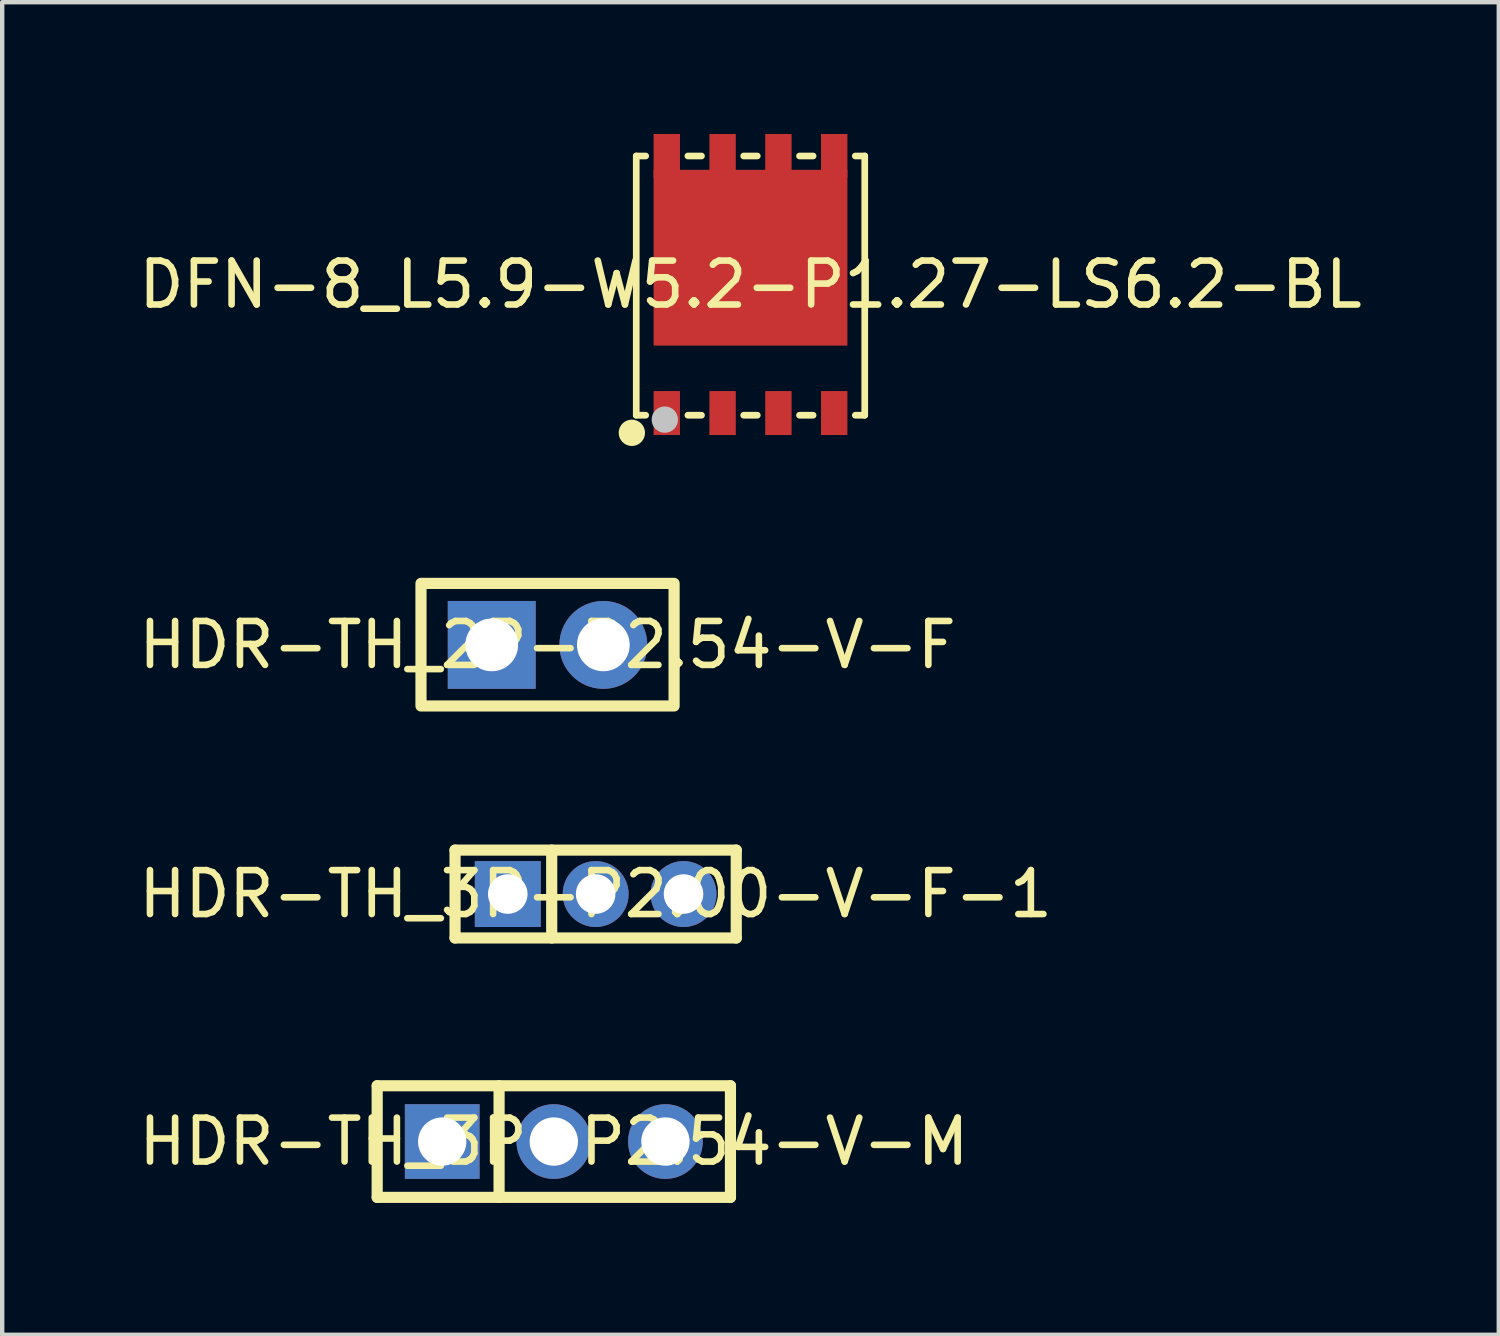
<source format=kicad_pcb>
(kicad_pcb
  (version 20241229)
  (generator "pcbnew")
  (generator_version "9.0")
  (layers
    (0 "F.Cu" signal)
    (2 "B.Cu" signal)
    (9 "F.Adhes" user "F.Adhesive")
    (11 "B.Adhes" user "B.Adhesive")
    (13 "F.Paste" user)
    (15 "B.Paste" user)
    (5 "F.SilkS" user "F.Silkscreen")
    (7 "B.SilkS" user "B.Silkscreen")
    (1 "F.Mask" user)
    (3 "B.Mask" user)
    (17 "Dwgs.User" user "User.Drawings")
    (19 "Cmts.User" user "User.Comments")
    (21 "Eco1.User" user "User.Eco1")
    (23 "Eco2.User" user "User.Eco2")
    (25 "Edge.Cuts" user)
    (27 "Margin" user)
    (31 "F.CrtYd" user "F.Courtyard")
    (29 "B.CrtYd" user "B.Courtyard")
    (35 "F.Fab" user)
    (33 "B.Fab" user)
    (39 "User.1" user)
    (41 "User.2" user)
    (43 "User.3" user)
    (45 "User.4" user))
  (footprint "HDR-TH_3P-P2.00-V-F-1"
    (layer "F.Cu")
    (at 10.506 17.297)
    (property "Reference" "HDR-TH_3P-P2.00-V-F-1" (at 0 0 0) (unlocked yes) (layer "F.SilkS") (effects (font (size 1 1) (thickness 0.15))))
    (fp_line (start -3.2 -1) (end -3.2 1) (stroke (width 0.254) (type default)) (layer "F.SilkS"))
    (fp_line (start -3.2 -1) (end 3.2 -1) (stroke (width 0.254) (type default)) (layer "F.SilkS"))
    (fp_line (start -3.2 1) (end 3.2 1) (stroke (width 0.254) (type default)) (layer "F.SilkS"))
    (fp_line (start -1 -1) (end -1 1) (stroke (width 0.254) (type default)) (layer "F.SilkS"))
    (fp_line (start 3.2 -1) (end 3.2 1) (stroke (width 0.254) (type default)) (layer "F.SilkS"))
    (fp_poly (pts (xy -1.65 0) (xy -1.667 -0.108) (xy -1.717 -0.206) (xy -1.794 -0.283) (xy -1.892 -0.333) (xy -2 -0.35) (xy -2.108 -0.333) (xy -2.206 -0.283) (xy -2.283 -0.206) (xy -2.333 -0.108) (xy -2.35 0) (xy -2.333 0.108) (xy -2.283 0.206) (xy -2.206 0.283) (xy -2.108 0.333) (xy -2 0.35) (xy -1.892 0.333) (xy -1.794 0.283) (xy -1.717 0.206) (xy -1.667 0.108)) (stroke (width 0.1) (type default)) (fill no) (layer "User.1"))
    (fp_poly (pts (xy 0.35 0) (xy 0.333 -0.108) (xy 0.283 -0.206) (xy 0.206 -0.283) (xy 0.108 -0.333) (xy 0 -0.35) (xy -0.108 -0.333) (xy -0.206 -0.283) (xy -0.283 -0.206) (xy -0.333 -0.108) (xy -0.35 0) (xy -0.333 0.108) (xy -0.283 0.206) (xy -0.206 0.283) (xy -0.108 0.333) (xy 0 0.35) (xy 0.108 0.333) (xy 0.206 0.283) (xy 0.283 0.206) (xy 0.333 0.108)) (stroke (width 0.1) (type default)) (fill no) (layer "User.1"))
    (fp_poly (pts (xy 2.35 0) (xy 2.333 -0.108) (xy 2.283 -0.206) (xy 2.206 -0.283) (xy 2.108 -0.333) (xy 2 -0.35) (xy 1.892 -0.333) (xy 1.794 -0.283) (xy 1.717 -0.206) (xy 1.667 -0.108) (xy 1.65 0) (xy 1.667 0.108) (xy 1.717 0.206) (xy 1.794 0.283) (xy 1.892 0.333) (xy 2 0.35) (xy 2.108 0.333) (xy 2.206 0.283) (xy 2.283 0.206) (xy 2.333 0.108)) (stroke (width 0.1) (type default)) (fill no) (layer "User.1"))
    (fp_line (start -3.327 -1.127) (end 3.327 -1.127) (stroke (width 0.051) (type default)) (layer "User.2"))
    (fp_line (start -3.327 1.127) (end -3.327 -1.127) (stroke (width 0.051) (type default)) (layer "User.2"))
    (fp_line (start 3.327 -1.127) (end 3.327 1.127) (stroke (width 0.051) (type default)) (layer "User.2"))
    (fp_line (start 3.327 1.127) (end -3.327 1.127) (stroke (width 0.051) (type default)) (layer "User.2"))
    (fp_poly (pts (xy -3.267 1.127) (xy -3.285 1.085) (xy -3.327 1.067) (xy -3.369 1.085) (xy -3.387 1.127) (xy -3.369 1.169) (xy -3.327 1.187) (xy -3.285 1.169)) (stroke (width 0.1) (type default)) (fill no) (layer "User.3"))
    (pad "1" thru_hole rect (at -2 0) (size 1.5 1.5) (drill 0.9) (layers "*.Cu" "*.Mask"))
    (pad "2" thru_hole circle (at 0 0) (size 1.5 1.5) (drill 0.9) (layers "*.Cu" "*.Mask"))
    (pad "3" thru_hole circle (at 2 0) (size 1.5 1.5) (drill 0.9) (layers "*.Cu" "*.Mask")))
  (footprint "DFN-8_L5.9-W5.2-P1.27-LS6.2-BL"
    (layer "F.Cu")
    (at 14.03 3.425)
    (property "Reference" "DFN-8_L5.9-W5.2-P1.27-LS6.2-BL" (at 0 0 0) (unlocked yes) (layer "F.SilkS") (effects (font (size 1 1) (thickness 0.15))))
    (fp_line (start -2.6 -2.925) (end -2.385 -2.925) (stroke (width 0.152) (type default)) (layer "F.SilkS"))
    (fp_line (start -2.6 2.975) (end -2.6 -2.925) (stroke (width 0.152) (type default)) (layer "F.SilkS"))
    (fp_line (start -2.385 2.975) (end -2.6 2.975) (stroke (width 0.152) (type default)) (layer "F.SilkS"))
    (fp_line (start -1.425 -2.925) (end -1.115 -2.925) (stroke (width 0.152) (type default)) (layer "F.SilkS"))
    (fp_line (start -1.115 2.975) (end -1.425 2.975) (stroke (width 0.152) (type default)) (layer "F.SilkS"))
    (fp_line (start -0.155 -2.925) (end 0.155 -2.925) (stroke (width 0.152) (type default)) (layer "F.SilkS"))
    (fp_line (start 0.155 2.975) (end -0.155 2.975) (stroke (width 0.152) (type default)) (layer "F.SilkS"))
    (fp_line (start 1.115 -2.925) (end 1.425 -2.925) (stroke (width 0.152) (type default)) (layer "F.SilkS"))
    (fp_line (start 1.425 2.975) (end 1.115 2.975) (stroke (width 0.152) (type default)) (layer "F.SilkS"))
    (fp_line (start 2.385 -2.925) (end 2.6 -2.925) (stroke (width 0.152) (type default)) (layer "F.SilkS"))
    (fp_line (start 2.6 -2.925) (end 2.6 2.975) (stroke (width 0.152) (type default)) (layer "F.SilkS"))
    (fp_line (start 2.6 2.975) (end 2.385 2.975) (stroke (width 0.152) (type default)) (layer "F.SilkS"))
    (fp_circle (center -2.7 3.375) (end -2.55 3.375) (stroke (width 0.3) (type default)) (fill no) (layer "F.SilkS"))
    (fp_poly (pts (xy -2.205 3.425) (xy -1.605 3.425) (xy -1.605 2.425) (xy -2.205 2.425)) (stroke (width 0) (type default)) (fill yes) (layer "F.Paste"))
    (fp_poly (pts (xy -0.935 3.425) (xy -0.335 3.425) (xy -0.335 2.425) (xy -0.935 2.425)) (stroke (width 0) (type default)) (fill yes) (layer "F.Paste"))
    (fp_poly (pts (xy 0.335 3.425) (xy 0.935 3.425) (xy 0.935 2.425) (xy 0.335 2.425)) (stroke (width 0) (type default)) (fill yes) (layer "F.Paste"))
    (fp_poly (pts (xy 1.605 3.425) (xy 2.205 3.425) (xy 2.205 2.425) (xy 1.605 2.425)) (stroke (width 0) (type default)) (fill yes) (layer "F.Paste"))
    (fp_poly (pts (xy 2.205 -3.425) (xy 1.605 -3.425) (xy 1.605 -2.61) (xy 0.935 -2.61) (xy 0.935 -3.425) (xy 0.335 -3.425) (xy 0.335 -2.61) (xy -0.335 -2.61) (xy -0.335 -3.425) (xy -0.935 -3.425) (xy -0.935 -2.61) (xy -1.605 -2.61) (xy -1.605 -3.425) (xy -2.205 -3.425) (xy -2.205 1.39) (xy 2.205 1.39)) (stroke (width 0) (type default)) (fill yes) (layer "F.Paste"))
    (fp_circle (center -1.95 3.075) (end -1.8 3.075) (stroke (width 0.3) (type default)) (fill no) (layer "Dwgs.User"))
    (fp_poly (pts (xy -2.125 1.27) (xy -2.125 -2.55) (xy 2.125 -2.55) (xy 2.125 1.27)) (stroke (width 0.1) (type default)) (fill no) (layer "User.1"))
    (fp_poly (pts (xy -2.105 -3.075) (xy -1.705 -3.075) (xy -1.705 -2.475) (xy -2.105 -2.475)) (stroke (width 0.1) (type default)) (fill no) (layer "User.1"))
    (fp_poly (pts (xy -2.105 2.475) (xy -1.705 2.475) (xy -1.705 3.075) (xy -2.105 3.075)) (stroke (width 0.1) (type default)) (fill no) (layer "User.1"))
    (fp_poly (pts (xy -0.835 -3.075) (xy -0.435 -3.075) (xy -0.435 -2.475) (xy -0.835 -2.475)) (stroke (width 0.1) (type default)) (fill no) (layer "User.1"))
    (fp_poly (pts (xy -0.835 2.475) (xy -0.435 2.475) (xy -0.435 3.075) (xy -0.835 3.075)) (stroke (width 0.1) (type default)) (fill no) (layer "User.1"))
    (fp_poly (pts (xy 0.435 -3.075) (xy 0.835 -3.075) (xy 0.835 -2.475) (xy 0.435 -2.475)) (stroke (width 0.1) (type default)) (fill no) (layer "User.1"))
    (fp_poly (pts (xy 0.435 2.475) (xy 0.835 2.475) (xy 0.835 3.075) (xy 0.435 3.075)) (stroke (width 0.1) (type default)) (fill no) (layer "User.1"))
    (fp_poly (pts (xy 1.705 -3.075) (xy 2.105 -3.075) (xy 2.105 -2.475) (xy 1.705 -2.475)) (stroke (width 0.1) (type default)) (fill no) (layer "User.1"))
    (fp_poly (pts (xy 1.705 2.475) (xy 2.105 2.475) (xy 2.105 3.075) (xy 1.705 3.075)) (stroke (width 0.1) (type default)) (fill no) (layer "User.1"))
    (fp_line (start -2.6 -2.905) (end 2.6 -2.905) (stroke (width 0.051) (type default)) (layer "User.2"))
    (fp_line (start -2.6 2.955) (end -2.6 -2.905) (stroke (width 0.051) (type default)) (layer "User.2"))
    (fp_line (start 2.6 -2.905) (end 2.6 2.955) (stroke (width 0.051) (type default)) (layer "User.2"))
    (fp_line (start 2.6 2.955) (end -2.6 2.955) (stroke (width 0.051) (type default)) (layer "User.2"))
    (fp_poly (pts (xy -2.54 3.075) (xy -2.558 3.033) (xy -2.6 3.015) (xy -2.642 3.033) (xy -2.66 3.075) (xy -2.642 3.117) (xy -2.6 3.135) (xy -2.558 3.117)) (stroke (width 0.1) (type default)) (fill no) (layer "User.3"))
    (pad "1" smd rect (at -1.905 2.925) (size 0.6 1) (layers "F.Cu" "F.Mask" "F.Paste"))
    (pad "2" smd rect (at -0.635 2.925) (size 0.6 1) (layers "F.Cu" "F.Mask" "F.Paste"))
    (pad "3" smd rect (at 0.635 2.925) (size 0.6 1) (layers "F.Cu" "F.Mask" "F.Paste"))
    (pad "4" smd rect (at 1.905 2.925) (size 0.6 1) (layers "F.Cu" "F.Mask" "F.Paste"))
    (pad "5" smd rect (at 1.905 -2.925) (size 0.6 1) (layers "F.Cu" "F.Mask" "F.Paste"))
    (pad "6" smd rect (at 0.635 -2.925) (size 0.6 1) (layers "F.Cu" "F.Mask" "F.Paste"))
    (pad "7" smd rect (at -0.635 -2.925) (size 0.6 1) (layers "F.Cu" "F.Mask" "F.Paste"))
    (pad "8" smd rect (at -1.905 -2.925) (size 0.6 1) (layers "F.Cu" "F.Mask" "F.Paste"))
    (pad "9" smd rect (at 0 -0.61) (size 4.41 4) (layers "F.Cu" "F.Mask" "F.Paste")))
  (footprint "HDR-TH_2P-P2.54-V-F"
    (layer "F.Cu")
    (at 9.411 11.627)
    (property "Reference" "HDR-TH_2P-P2.54-V-F" (at 0 0 0) (unlocked yes) (layer "F.SilkS") (effects (font (size 1 1) (thickness 0.15))))
    (fp_rect (start -2.88 -1.4) (end 2.88 1.39) (stroke (width 0.254) (type default)) (fill no) (layer "F.SilkS"))
    (fp_poly (pts (xy -1.67 -0.1) (xy -0.87 -0.1) (xy -0.87 0.1) (xy -1.67 0.1)) (stroke (width 0.1) (type default)) (fill no) (layer "User.1"))
    (fp_poly (pts (xy 0.87 -0.1) (xy 1.67 -0.1) (xy 1.67 0.1) (xy 0.87 0.1)) (stroke (width 0.1) (type default)) (fill no) (layer "User.1"))
    (fp_line (start -2.74 -1.25) (end 2.74 -1.25) (stroke (width 0.051) (type default)) (layer "User.2"))
    (fp_line (start -2.74 1.25) (end -2.74 -1.25) (stroke (width 0.051) (type default)) (layer "User.2"))
    (fp_line (start 2.74 -1.25) (end 2.74 1.25) (stroke (width 0.051) (type default)) (layer "User.2"))
    (fp_line (start 2.74 1.25) (end -2.74 1.25) (stroke (width 0.051) (type default)) (layer "User.2"))
    (fp_poly (pts (xy -2.68 1.25) (xy -2.698 1.208) (xy -2.74 1.19) (xy -2.782 1.208) (xy -2.8 1.25) (xy -2.782 1.292) (xy -2.74 1.31) (xy -2.698 1.292)) (stroke (width 0.1) (type default)) (fill no) (layer "User.3"))
    (pad "1" thru_hole rect (at -1.27 0) (size 2 2) (drill 1.2) (layers "*.Cu" "*.Mask"))
    (pad "2" thru_hole circle (at 1.27 0) (size 2 2) (drill 1.2) (layers "*.Cu" "*.Mask")))
  (footprint "HDR-TH_3P-P2.54-V-M"
    (layer "F.Cu")
    (at 9.554 22.93)
    (property "Reference" "HDR-TH_3P-P2.54-V-M" (at 0 0 0) (unlocked yes) (layer "F.SilkS") (effects (font (size 1 1) (thickness 0.15))))
    (fp_line (start -4.02 -1.27) (end -4.02 1.27) (stroke (width 0.254) (type default)) (layer "F.SilkS"))
    (fp_line (start -4.02 -1.27) (end 4.02 -1.27) (stroke (width 0.254) (type default)) (layer "F.SilkS"))
    (fp_line (start -4.02 1.27) (end 4.02 1.27) (stroke (width 0.254) (type default)) (layer "F.SilkS"))
    (fp_line (start -1.246 -1.27) (end -1.246 1.27) (stroke (width 0.254) (type default)) (layer "F.SilkS"))
    (fp_line (start 4.02 -1.27) (end 4.02 1.27) (stroke (width 0.254) (type default)) (layer "F.SilkS"))
    (fp_poly (pts (xy -2.86 -0.32) (xy -2.22 -0.32) (xy -2.22 0.32) (xy -2.86 0.32)) (stroke (width 0.1) (type default)) (fill no) (layer "User.1"))
    (fp_poly (pts (xy -0.32 -0.32) (xy 0.32 -0.32) (xy 0.32 0.32) (xy -0.32 0.32)) (stroke (width 0.1) (type default)) (fill no) (layer "User.1"))
    (fp_poly (pts (xy 2.22 -0.32) (xy 2.86 -0.32) (xy 2.86 0.32) (xy 2.22 0.32)) (stroke (width 0.1) (type default)) (fill no) (layer "User.1"))
    (fp_line (start -3.81 -1.25) (end 3.81 -1.25) (stroke (width 0.051) (type default)) (layer "User.2"))
    (fp_line (start -3.81 1.25) (end -3.81 -1.25) (stroke (width 0.051) (type default)) (layer "User.2"))
    (fp_line (start 3.81 -1.25) (end 3.81 1.25) (stroke (width 0.051) (type default)) (layer "User.2"))
    (fp_line (start 3.81 1.25) (end -3.81 1.25) (stroke (width 0.051) (type default)) (layer "User.2"))
    (fp_poly (pts (xy -3.75 1.25) (xy -3.768 1.208) (xy -3.81 1.19) (xy -3.852 1.208) (xy -3.87 1.25) (xy -3.852 1.292) (xy -3.81 1.31) (xy -3.768 1.292)) (stroke (width 0.1) (type default)) (fill no) (layer "User.3"))
    (pad "1" thru_hole rect (at -2.54 0) (size 1.7 1.7) (drill 1.1) (layers "*.Cu" "*.Mask"))
    (pad "2" thru_hole circle (at 0 0) (size 1.7 1.7) (drill 1.1) (layers "*.Cu" "*.Mask"))
    (pad "3" thru_hole circle (at 2.54 0) (size 1.7 1.7) (drill 1.1) (layers "*.Cu" "*.Mask")))
  (gr_rect
    (start -3 -3)
    (end 31.06 27.328)
    (stroke (width 0.1) (type default))
    (fill no)
    (layer "Edge.Cuts")))
</source>
